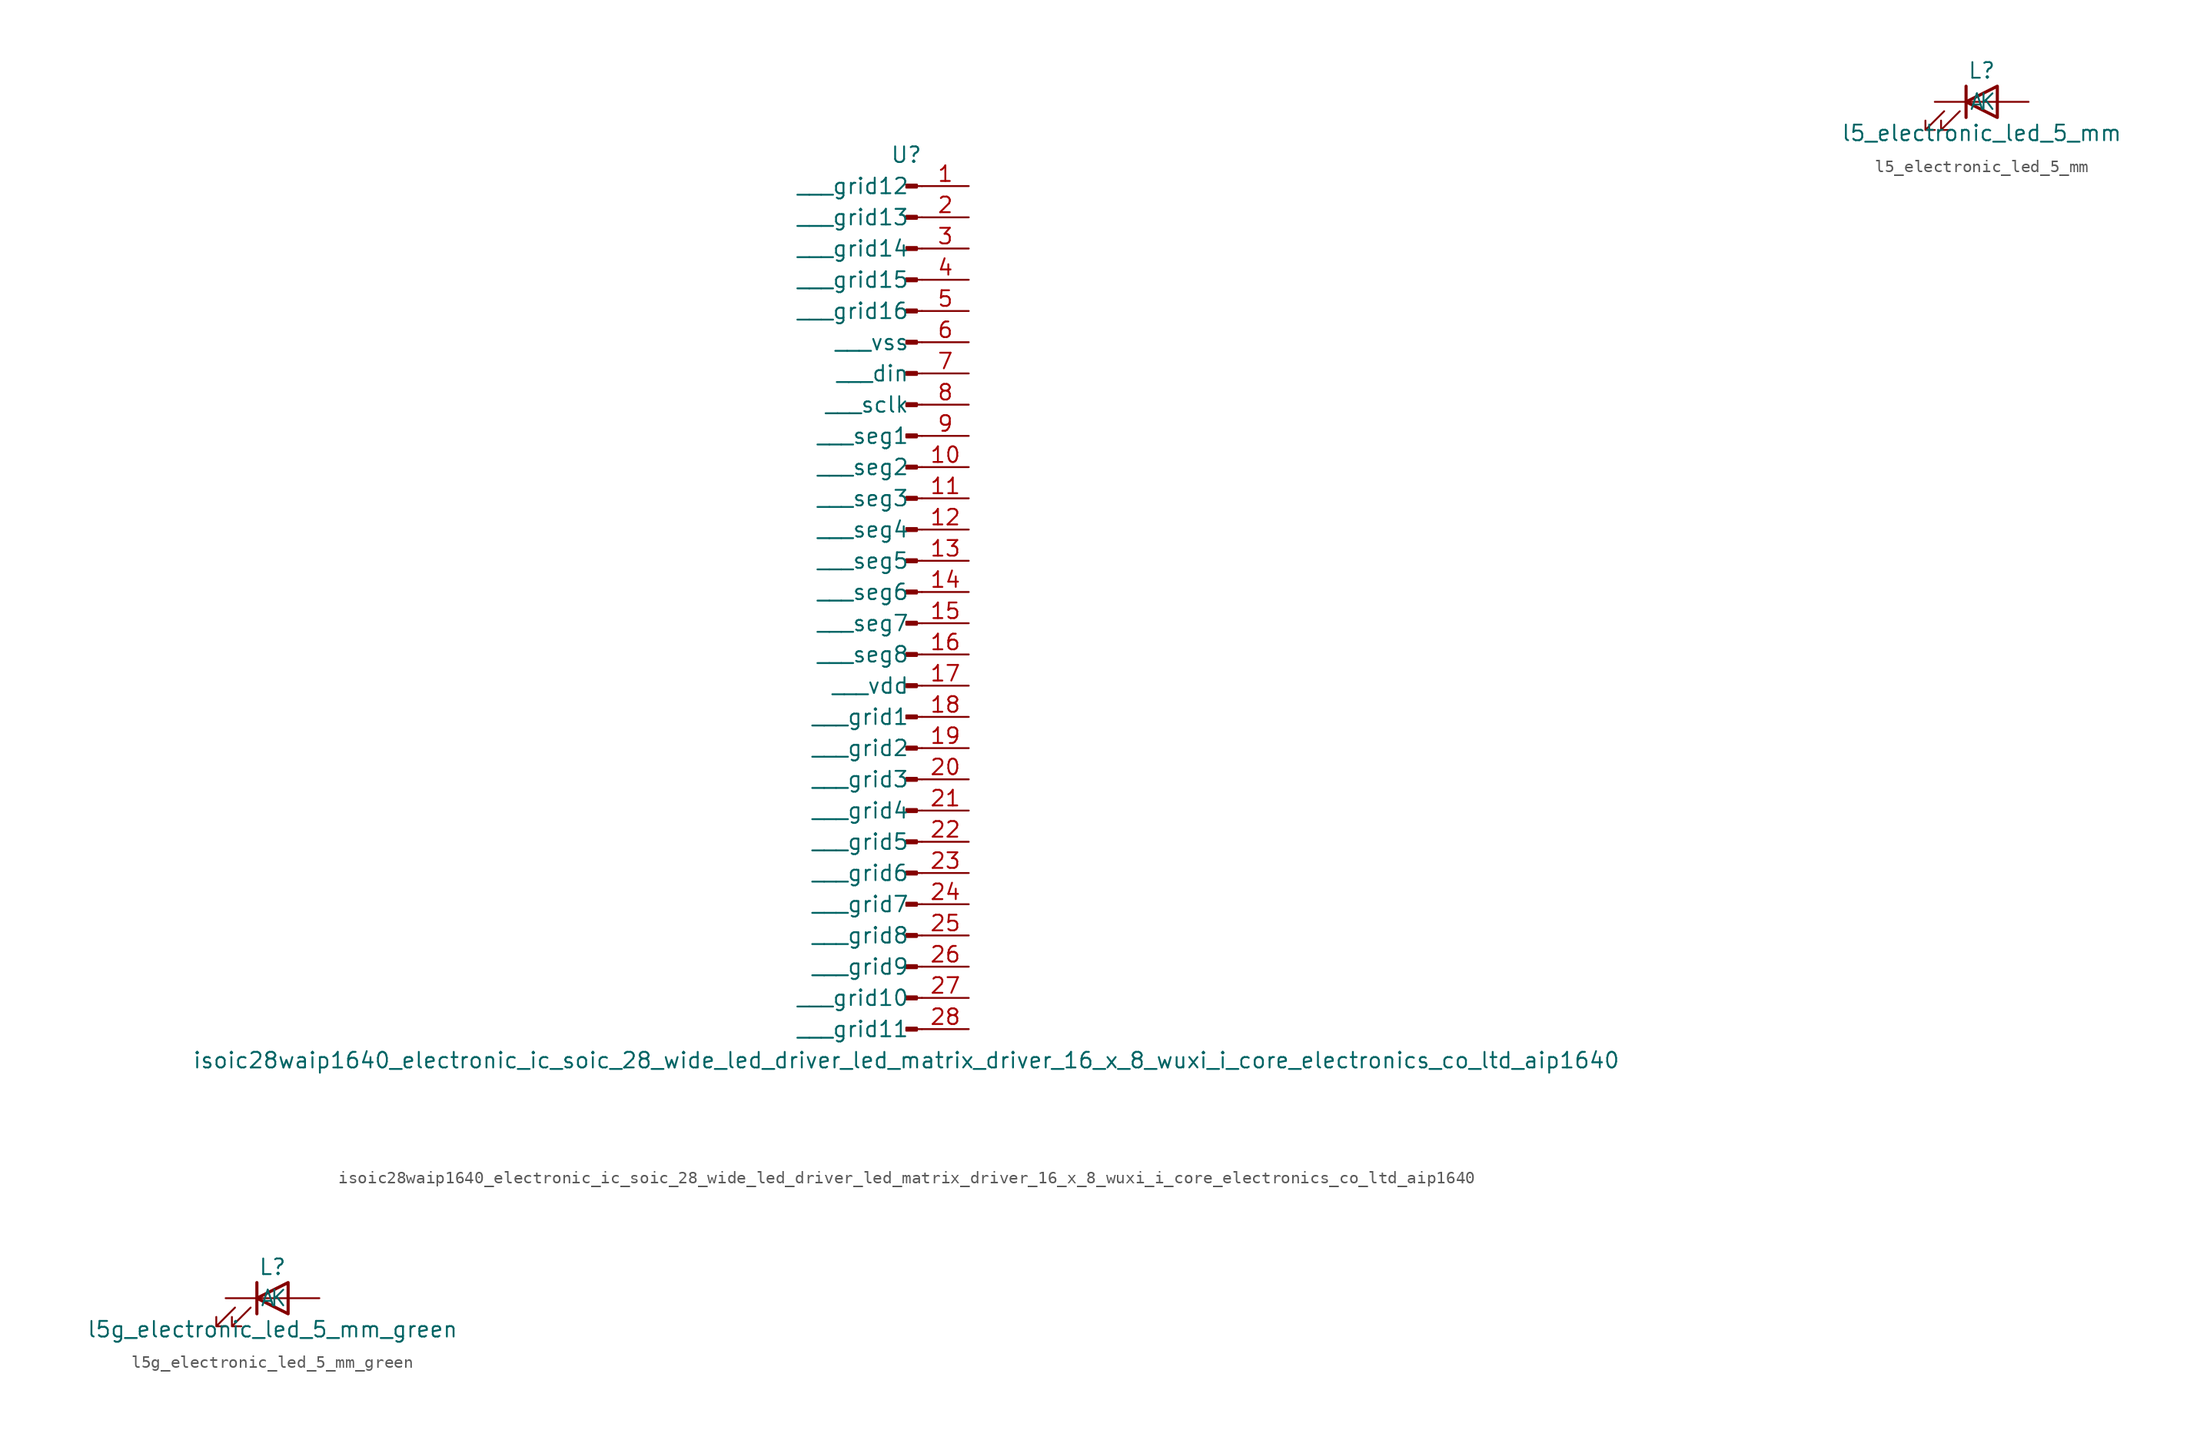
<source format=kicad_sym>
(kicad_symbol_lib
  (version 20220914)
  (generator kicad_symbol_editor)
  (symbol "isoic28waip1640_electronic_ic_soic_28_wide_led_driver_led_matrix_driver_16_x_8_wuxi_i_core_electronics_co_ltd_aip1640"
    (pin_names
      (offset 1.016))
    (property "Reference" "U"
      (at 0 35.56 0)
      (effects (font (size 1.27 1.27))))
    (property "Value" "isoic28waip1640_electronic_ic_soic_28_wide_led_driver_led_matrix_driver_16_x_8_wuxi_i_core_electronics_co_ltd_aip1640"
      (at 0 -38.1 0)
      (effects (font (size 1.27 1.27))))
    (property "ki_locked" ""
      (at 0 0 0)
      (effects (font (size 1.27 1.27))))
    (symbol "isoic28waip1640_electronic_ic_soic_28_wide_led_driver_led_matrix_driver_16_x_8_wuxi_i_core_electronics_co_ltd_aip1640_1_1"
      (polyline (pts (xy 1.27 -35.56) (xy 0.864 -35.56)) (stroke (width 0.152) (type default)) (fill (type none)))
      (polyline (pts (xy 1.27 -33.02) (xy 0.864 -33.02)) (stroke (width 0.152) (type default)) (fill (type none)))
      (polyline (pts (xy 1.27 -30.48) (xy 0.864 -30.48)) (stroke (width 0.152) (type default)) (fill (type none)))
      (polyline (pts (xy 1.27 -27.94) (xy 0.864 -27.94)) (stroke (width 0.152) (type default)) (fill (type none)))
      (polyline (pts (xy 1.27 -25.4) (xy 0.864 -25.4)) (stroke (width 0.152) (type default)) (fill (type none)))
      (polyline (pts (xy 1.27 -22.86) (xy 0.864 -22.86)) (stroke (width 0.152) (type default)) (fill (type none)))
      (polyline (pts (xy 1.27 -20.32) (xy 0.864 -20.32)) (stroke (width 0.152) (type default)) (fill (type none)))
      (polyline (pts (xy 1.27 -17.78) (xy 0.864 -17.78)) (stroke (width 0.152) (type default)) (fill (type none)))
      (polyline (pts (xy 1.27 -15.24) (xy 0.864 -15.24)) (stroke (width 0.152) (type default)) (fill (type none)))
      (polyline (pts (xy 1.27 -12.7) (xy 0.864 -12.7)) (stroke (width 0.152) (type default)) (fill (type none)))
      (polyline (pts (xy 1.27 -10.16) (xy 0.864 -10.16)) (stroke (width 0.152) (type default)) (fill (type none)))
      (polyline (pts (xy 1.27 -7.62) (xy 0.864 -7.62)) (stroke (width 0.152) (type default)) (fill (type none)))
      (polyline (pts (xy 1.27 -5.08) (xy 0.864 -5.08)) (stroke (width 0.152) (type default)) (fill (type none)))
      (polyline (pts (xy 1.27 -2.54) (xy 0.864 -2.54)) (stroke (width 0.152) (type default)) (fill (type none)))
      (polyline (pts (xy 1.27 0) (xy 0.864 0)) (stroke (width 0.152) (type default)) (fill (type none)))
      (polyline (pts (xy 1.27 2.54) (xy 0.864 2.54)) (stroke (width 0.152) (type default)) (fill (type none)))
      (polyline (pts (xy 1.27 5.08) (xy 0.864 5.08)) (stroke (width 0.152) (type default)) (fill (type none)))
      (polyline (pts (xy 1.27 7.62) (xy 0.864 7.62)) (stroke (width 0.152) (type default)) (fill (type none)))
      (polyline (pts (xy 1.27 10.16) (xy 0.864 10.16)) (stroke (width 0.152) (type default)) (fill (type none)))
      (polyline (pts (xy 1.27 12.7) (xy 0.864 12.7)) (stroke (width 0.152) (type default)) (fill (type none)))
      (polyline (pts (xy 1.27 15.24) (xy 0.864 15.24)) (stroke (width 0.152) (type default)) (fill (type none)))
      (polyline (pts (xy 1.27 17.78) (xy 0.864 17.78)) (stroke (width 0.152) (type default)) (fill (type none)))
      (polyline (pts (xy 1.27 20.32) (xy 0.864 20.32)) (stroke (width 0.152) (type default)) (fill (type none)))
      (polyline (pts (xy 1.27 22.86) (xy 0.864 22.86)) (stroke (width 0.152) (type default)) (fill (type none)))
      (polyline (pts (xy 1.27 25.4) (xy 0.864 25.4)) (stroke (width 0.152) (type default)) (fill (type none)))
      (polyline (pts (xy 1.27 27.94) (xy 0.864 27.94)) (stroke (width 0.152) (type default)) (fill (type none)))
      (polyline (pts (xy 1.27 30.48) (xy 0.864 30.48)) (stroke (width 0.152) (type default)) (fill (type none)))
      (polyline (pts (xy 1.27 33.02) (xy 0.864 33.02)) (stroke (width 0.152) (type default)) (fill (type none)))
      (rectangle (start 0.864 -35.433) (end 0 -35.687) (stroke (width 0.152) (type default)) (fill (type outline)))
      (rectangle (start 0.864 -32.893) (end 0 -33.147) (stroke (width 0.152) (type default)) (fill (type outline)))
      (rectangle (start 0.864 -30.353) (end 0 -30.607) (stroke (width 0.152) (type default)) (fill (type outline)))
      (rectangle (start 0.864 -27.813) (end 0 -28.067) (stroke (width 0.152) (type default)) (fill (type outline)))
      (rectangle (start 0.864 -25.273) (end 0 -25.527) (stroke (width 0.152) (type default)) (fill (type outline)))
      (rectangle (start 0.864 -22.733) (end 0 -22.987) (stroke (width 0.152) (type default)) (fill (type outline)))
      (rectangle (start 0.864 -20.193) (end 0 -20.447) (stroke (width 0.152) (type default)) (fill (type outline)))
      (rectangle (start 0.864 -17.653) (end 0 -17.907) (stroke (width 0.152) (type default)) (fill (type outline)))
      (rectangle (start 0.864 -15.113) (end 0 -15.367) (stroke (width 0.152) (type default)) (fill (type outline)))
      (rectangle (start 0.864 -12.573) (end 0 -12.827) (stroke (width 0.152) (type default)) (fill (type outline)))
      (rectangle (start 0.864 -10.033) (end 0 -10.287) (stroke (width 0.152) (type default)) (fill (type outline)))
      (rectangle (start 0.864 -7.493) (end 0 -7.747) (stroke (width 0.152) (type default)) (fill (type outline)))
      (rectangle (start 0.864 -4.953) (end 0 -5.207) (stroke (width 0.152) (type default)) (fill (type outline)))
      (rectangle (start 0.864 -2.413) (end 0 -2.667) (stroke (width 0.152) (type default)) (fill (type outline)))
      (rectangle (start 0.864 0.127) (end 0 -0.127) (stroke (width 0.152) (type default)) (fill (type outline)))
      (rectangle (start 0.864 2.667) (end 0 2.413) (stroke (width 0.152) (type default)) (fill (type outline)))
      (rectangle (start 0.864 5.207) (end 0 4.953) (stroke (width 0.152) (type default)) (fill (type outline)))
      (rectangle (start 0.864 7.747) (end 0 7.493) (stroke (width 0.152) (type default)) (fill (type outline)))
      (rectangle (start 0.864 10.287) (end 0 10.033) (stroke (width 0.152) (type default)) (fill (type outline)))
      (rectangle (start 0.864 12.827) (end 0 12.573) (stroke (width 0.152) (type default)) (fill (type outline)))
      (rectangle (start 0.864 15.367) (end 0 15.113) (stroke (width 0.152) (type default)) (fill (type outline)))
      (rectangle (start 0.864 17.907) (end 0 17.653) (stroke (width 0.152) (type default)) (fill (type outline)))
      (rectangle (start 0.864 20.447) (end 0 20.193) (stroke (width 0.152) (type default)) (fill (type outline)))
      (rectangle (start 0.864 22.987) (end 0 22.733) (stroke (width 0.152) (type default)) (fill (type outline)))
      (rectangle (start 0.864 25.527) (end 0 25.273) (stroke (width 0.152) (type default)) (fill (type outline)))
      (rectangle (start 0.864 28.067) (end 0 27.813) (stroke (width 0.152) (type default)) (fill (type outline)))
      (rectangle (start 0.864 30.607) (end 0 30.353) (stroke (width 0.152) (type default)) (fill (type outline)))
      (rectangle (start 0.864 33.147) (end 0 32.893) (stroke (width 0.152) (type default)) (fill (type outline)))
      (pin passive line (at 5.08 33.02 180) (length 3.81) (name "   grid12" (effects (font (size 1.27 1.27)))) (number "1" (effects (font (size 1.27 1.27)))))
      (pin passive line (at 5.08 10.16 180) (length 3.81) (name "   seg2" (effects (font (size 1.27 1.27)))) (number "10" (effects (font (size 1.27 1.27)))))
      (pin passive line (at 5.08 7.62 180) (length 3.81) (name "   seg3" (effects (font (size 1.27 1.27)))) (number "11" (effects (font (size 1.27 1.27)))))
      (pin passive line (at 5.08 5.08 180) (length 3.81) (name "   seg4" (effects (font (size 1.27 1.27)))) (number "12" (effects (font (size 1.27 1.27)))))
      (pin passive line (at 5.08 2.54 180) (length 3.81) (name "   seg5" (effects (font (size 1.27 1.27)))) (number "13" (effects (font (size 1.27 1.27)))))
      (pin passive line (at 5.08 0 180) (length 3.81) (name "   seg6" (effects (font (size 1.27 1.27)))) (number "14" (effects (font (size 1.27 1.27)))))
      (pin passive line (at 5.08 -2.54 180) (length 3.81) (name "   seg7" (effects (font (size 1.27 1.27)))) (number "15" (effects (font (size 1.27 1.27)))))
      (pin passive line (at 5.08 -5.08 180) (length 3.81) (name "   seg8" (effects (font (size 1.27 1.27)))) (number "16" (effects (font (size 1.27 1.27)))))
      (pin passive line (at 5.08 -7.62 180) (length 3.81) (name "   vdd" (effects (font (size 1.27 1.27)))) (number "17" (effects (font (size 1.27 1.27)))))
      (pin passive line (at 5.08 -10.16 180) (length 3.81) (name "   grid1" (effects (font (size 1.27 1.27)))) (number "18" (effects (font (size 1.27 1.27)))))
      (pin passive line (at 5.08 -12.7 180) (length 3.81) (name "   grid2" (effects (font (size 1.27 1.27)))) (number "19" (effects (font (size 1.27 1.27)))))
      (pin passive line (at 5.08 30.48 180) (length 3.81) (name "   grid13" (effects (font (size 1.27 1.27)))) (number "2" (effects (font (size 1.27 1.27)))))
      (pin passive line (at 5.08 -15.24 180) (length 3.81) (name "   grid3" (effects (font (size 1.27 1.27)))) (number "20" (effects (font (size 1.27 1.27)))))
      (pin passive line (at 5.08 -17.78 180) (length 3.81) (name "   grid4" (effects (font (size 1.27 1.27)))) (number "21" (effects (font (size 1.27 1.27)))))
      (pin passive line (at 5.08 -20.32 180) (length 3.81) (name "   grid5" (effects (font (size 1.27 1.27)))) (number "22" (effects (font (size 1.27 1.27)))))
      (pin passive line (at 5.08 -22.86 180) (length 3.81) (name "   grid6" (effects (font (size 1.27 1.27)))) (number "23" (effects (font (size 1.27 1.27)))))
      (pin passive line (at 5.08 -25.4 180) (length 3.81) (name "   grid7" (effects (font (size 1.27 1.27)))) (number "24" (effects (font (size 1.27 1.27)))))
      (pin passive line (at 5.08 -27.94 180) (length 3.81) (name "   grid8" (effects (font (size 1.27 1.27)))) (number "25" (effects (font (size 1.27 1.27)))))
      (pin passive line (at 5.08 -30.48 180) (length 3.81) (name "   grid9" (effects (font (size 1.27 1.27)))) (number "26" (effects (font (size 1.27 1.27)))))
      (pin passive line (at 5.08 -33.02 180) (length 3.81) (name "   grid10" (effects (font (size 1.27 1.27)))) (number "27" (effects (font (size 1.27 1.27)))))
      (pin passive line (at 5.08 -35.56 180) (length 3.81) (name "   grid11" (effects (font (size 1.27 1.27)))) (number "28" (effects (font (size 1.27 1.27)))))
      (pin passive line (at 5.08 27.94 180) (length 3.81) (name "   grid14" (effects (font (size 1.27 1.27)))) (number "3" (effects (font (size 1.27 1.27)))))
      (pin passive line (at 5.08 25.4 180) (length 3.81) (name "   grid15" (effects (font (size 1.27 1.27)))) (number "4" (effects (font (size 1.27 1.27)))))
      (pin passive line (at 5.08 22.86 180) (length 3.81) (name "   grid16" (effects (font (size 1.27 1.27)))) (number "5" (effects (font (size 1.27 1.27)))))
      (pin passive line (at 5.08 20.32 180) (length 3.81) (name "   vss" (effects (font (size 1.27 1.27)))) (number "6" (effects (font (size 1.27 1.27)))))
      (pin passive line (at 5.08 17.78 180) (length 3.81) (name "   din" (effects (font (size 1.27 1.27)))) (number "7" (effects (font (size 1.27 1.27)))))
      (pin passive line (at 5.08 15.24 180) (length 3.81) (name "   sclk" (effects (font (size 1.27 1.27)))) (number "8" (effects (font (size 1.27 1.27)))))
      (pin passive line (at 5.08 12.7 180) (length 3.81) (name "   seg1" (effects (font (size 1.27 1.27)))) (number "9" (effects (font (size 1.27 1.27)))))))
  (symbol "l5_electronic_led_5_mm"
    (pin_numbers hide)
    (pin_names
      (offset 1.016))
    (property "Reference" "L"
      (at 0 2.54 0)
      (effects (font (size 1.27 1.27))))
    (property "Value" "l5_electronic_led_5_mm"
      (at 0 -2.54 0)
      (effects (font (size 1.27 1.27))))
    (symbol "l5_electronic_led_5_mm_0_1"
      (polyline (pts (xy -1.27 -1.27) (xy -1.27 1.27)) (stroke (width 0.254) (type default)) (fill (type none)))
      (polyline (pts (xy -1.27 0) (xy 1.27 0)) (stroke (width 0) (type default)) (fill (type none)))
      (polyline (pts (xy 1.27 -1.27) (xy 1.27 1.27) (xy -1.27 0) (xy 1.27 -1.27)) (stroke (width 0.254) (type default)) (fill (type none)))
      (polyline (pts (xy -3.048 -0.762) (xy -4.572 -2.286) (xy -3.81 -2.286) (xy -4.572 -2.286) (xy -4.572 -1.524)) (stroke (width 0) (type default)) (fill (type none)))
      (polyline (pts (xy -1.778 -0.762) (xy -3.302 -2.286) (xy -2.54 -2.286) (xy -3.302 -2.286) (xy -3.302 -1.524)) (stroke (width 0) (type default)) (fill (type none))))
    (symbol "l5_electronic_led_5_mm_1_1"
      (pin passive line (at -3.81 0 0) (length 2.54) (name "K" (effects (font (size 1.27 1.27)))) (number "1" (effects (font (size 1.27 1.27)))))
      (pin passive line (at 3.81 0 180) (length 2.54) (name "A" (effects (font (size 1.27 1.27)))) (number "2" (effects (font (size 1.27 1.27)))))))
  (symbol "l5g_electronic_led_5_mm_green"
    (pin_numbers hide)
    (pin_names
      (offset 1.016))
    (property "Reference" "L"
      (at 0 2.54 0)
      (effects (font (size 1.27 1.27))))
    (property "Value" "l5g_electronic_led_5_mm_green"
      (at 0 -2.54 0)
      (effects (font (size 1.27 1.27))))
    (symbol "l5g_electronic_led_5_mm_green_0_1"
      (polyline (pts (xy -1.27 -1.27) (xy -1.27 1.27)) (stroke (width 0.254) (type default)) (fill (type none)))
      (polyline (pts (xy -1.27 0) (xy 1.27 0)) (stroke (width 0) (type default)) (fill (type none)))
      (polyline (pts (xy 1.27 -1.27) (xy 1.27 1.27) (xy -1.27 0) (xy 1.27 -1.27)) (stroke (width 0.254) (type default)) (fill (type none)))
      (polyline (pts (xy -3.048 -0.762) (xy -4.572 -2.286) (xy -3.81 -2.286) (xy -4.572 -2.286) (xy -4.572 -1.524)) (stroke (width 0) (type default)) (fill (type none)))
      (polyline (pts (xy -1.778 -0.762) (xy -3.302 -2.286) (xy -2.54 -2.286) (xy -3.302 -2.286) (xy -3.302 -1.524)) (stroke (width 0) (type default)) (fill (type none))))
    (symbol "l5g_electronic_led_5_mm_green_1_1"
      (pin passive line (at -3.81 0 0) (length 2.54) (name "K" (effects (font (size 1.27 1.27)))) (number "1" (effects (font (size 1.27 1.27)))))
      (pin passive line (at 3.81 0 180) (length 2.54) (name "A" (effects (font (size 1.27 1.27)))) (number "2" (effects (font (size 1.27 1.27))))))))
</source>
